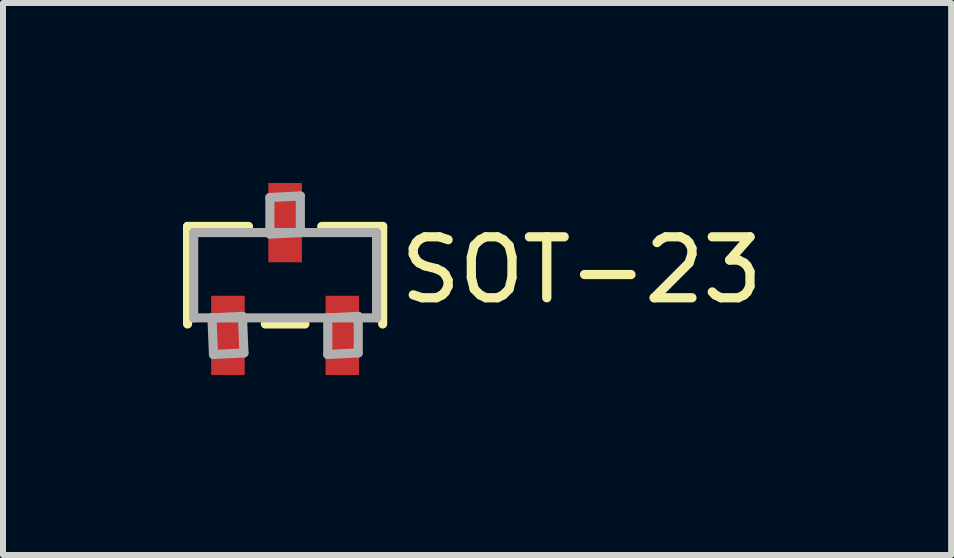
<source format=kicad_pcb>
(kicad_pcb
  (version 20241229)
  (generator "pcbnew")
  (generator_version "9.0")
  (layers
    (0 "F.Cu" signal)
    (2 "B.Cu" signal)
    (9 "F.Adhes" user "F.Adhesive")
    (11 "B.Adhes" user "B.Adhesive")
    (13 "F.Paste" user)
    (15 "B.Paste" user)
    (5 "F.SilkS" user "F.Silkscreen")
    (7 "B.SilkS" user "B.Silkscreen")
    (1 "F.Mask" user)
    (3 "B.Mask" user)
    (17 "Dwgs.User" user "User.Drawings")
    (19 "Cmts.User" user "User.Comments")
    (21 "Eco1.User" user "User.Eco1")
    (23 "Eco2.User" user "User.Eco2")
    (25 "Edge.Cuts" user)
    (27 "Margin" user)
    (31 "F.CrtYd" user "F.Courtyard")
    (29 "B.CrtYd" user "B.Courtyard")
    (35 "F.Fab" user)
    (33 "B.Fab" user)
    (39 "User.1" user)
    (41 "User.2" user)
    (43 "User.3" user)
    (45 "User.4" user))
  (footprint "SOT-23"
    (layer "F.Cu")
    (at 1.702 1.537)
    (property "Reference" "SOT-23" (at 1.841 0.508 180) (layer "F.SilkS") (effects (font (size 1.016 1.016) (thickness 0.154)) (justify left bottom)))
    (attr through_hole)
    (fp_line (start -1.626 -0.813) (end -1.626 0.813) (stroke (width 0.152) (type solid)) (layer "F.SilkS"))
    (fp_line (start -0.61 -0.813) (end -1.626 -0.813) (stroke (width 0.152) (type solid)) (layer "F.SilkS"))
    (fp_line (start -0.33 0.813) (end 0.33 0.813) (stroke (width 0.152) (type solid)) (layer "F.SilkS"))
    (fp_line (start 1.626 -0.813) (end 0.61 -0.813) (stroke (width 0.152) (type solid)) (layer "F.SilkS"))
    (fp_line (start 1.626 0.813) (end 1.626 -0.813) (stroke (width 0.152) (type solid)) (layer "F.SilkS"))
    (fp_line (start -1.524 -0.711) (end -1.524 0.711) (stroke (width 0.152) (type solid)) (layer "F.Fab"))
    (fp_line (start -1.524 0.711) (end 1.524 0.711) (stroke (width 0.152) (type solid)) (layer "F.Fab"))
    (fp_line (start -1.219 0.711) (end -1.194 1.321) (stroke (width 0.152) (type solid)) (layer "F.Fab"))
    (fp_line (start -1.194 1.321) (end -0.686 1.295) (stroke (width 0.152) (type solid)) (layer "F.Fab"))
    (fp_line (start -0.711 0.686) (end -1.219 0.711) (stroke (width 0.152) (type solid)) (layer "F.Fab"))
    (fp_line (start -0.686 1.295) (end -0.711 0.686) (stroke (width 0.152) (type solid)) (layer "F.Fab"))
    (fp_line (start -0.254 -1.295) (end -0.254 -0.686) (stroke (width 0.152) (type solid)) (layer "F.Fab"))
    (fp_line (start -0.254 -0.686) (end 0.254 -0.711) (stroke (width 0.152) (type solid)) (layer "F.Fab"))
    (fp_line (start 0.254 -1.321) (end -0.254 -1.295) (stroke (width 0.152) (type solid)) (layer "F.Fab"))
    (fp_line (start 0.254 -0.711) (end 0.254 -1.321) (stroke (width 0.152) (type solid)) (layer "F.Fab"))
    (fp_line (start 0.711 0.711) (end 0.711 1.321) (stroke (width 0.152) (type solid)) (layer "F.Fab"))
    (fp_line (start 0.711 1.321) (end 1.219 1.295) (stroke (width 0.152) (type solid)) (layer "F.Fab"))
    (fp_line (start 1.219 0.686) (end 0.711 0.711) (stroke (width 0.152) (type solid)) (layer "F.Fab"))
    (fp_line (start 1.219 1.295) (end 1.219 0.686) (stroke (width 0.152) (type solid)) (layer "F.Fab"))
    (fp_line (start 1.524 -0.711) (end -1.524 -0.711) (stroke (width 0.152) (type solid)) (layer "F.Fab"))
    (fp_line (start 1.524 0.711) (end 1.524 -0.711) (stroke (width 0.152) (type solid)) (layer "F.Fab"))
    (pad "1" smd rect (at -0.953 1.003) (size 0.559 1.321) (layers "F.Cu" "F.Mask" "F.Paste"))
    (pad "2" smd rect (at 0.953 1.003) (size 0.559 1.321) (layers "F.Cu" "F.Mask" "F.Paste"))
    (pad "3" smd rect (at 0 -0.876) (size 0.559 1.321) (layers "F.Cu" "F.Mask" "F.Paste")))
  (gr_rect
    (start -3 -3)
    (end 12.803 6.2)
    (stroke (width 0.1) (type default))
    (fill no)
    (layer "Edge.Cuts")))
</source>
